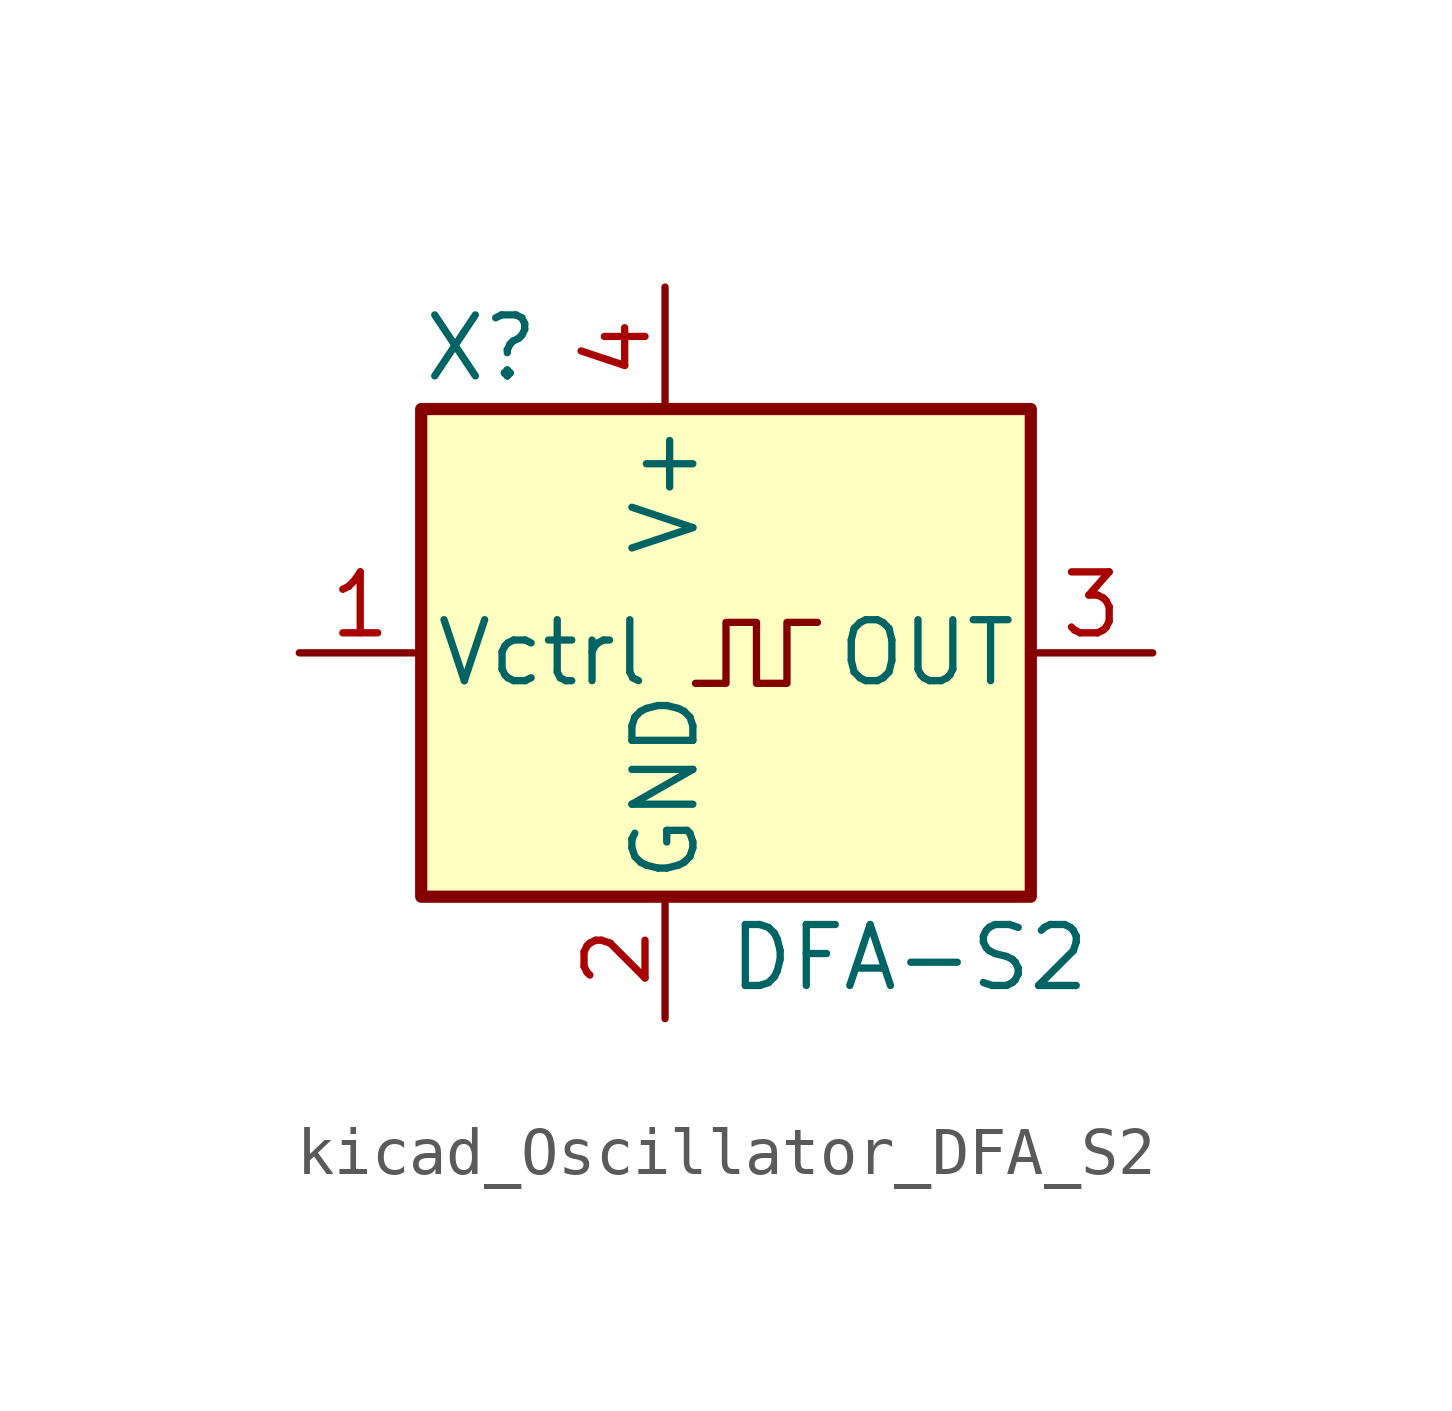
<source format=kicad_sym>
(kicad_symbol_lib
  (version 20220914)
  (generator kicad_symbol_editor)
  (symbol "kicad_Oscillator_DFA_S2"
    (pin_names
      (offset 0.254))
    (property "Reference" "X"
      (at -5.08 6.35 0)
      (effects (font (size 1.27 1.27)) (justify left)))
    (property "Value" "DFA-S2"
      (at 1.27 -6.35 0)
      (effects (font (size 1.27 1.27)) (justify left)))
    (symbol "kicad_Oscillator_DFA_S2_0_1"
      (rectangle (start -5.08 5.08) (end 7.62 -5.08) (stroke (width 0.254) (type default)) (fill (type background)))
      (polyline (pts (xy 0.635 -0.635) (xy 1.27 -0.635) (xy 1.27 0.635) (xy 1.905 0.635) (xy 1.905 -0.635) (xy 2.54 -0.635) (xy 2.54 0.635) (xy 3.175 0.635)) (stroke (width 0) (type default)) (fill (type none))))
    (symbol "kicad_Oscillator_DFA_S2_1_1"
      (pin input line (at -7.62 0 0) (length 2.54) (name "Vctrl" (effects (font (size 1.27 1.27)))) (number "1" (effects (font (size 1.27 1.27)))))
      (pin power_in line (at 0 -7.62 90) (length 2.54) (name "GND" (effects (font (size 1.27 1.27)))) (number "2" (effects (font (size 1.27 1.27)))))
      (pin output line (at 10.16 0 180) (length 2.54) (name "OUT" (effects (font (size 1.27 1.27)))) (number "3" (effects (font (size 1.27 1.27)))))
      (pin power_in line (at 0 7.62 270) (length 2.54) (name "V+" (effects (font (size 1.27 1.27)))) (number "4" (effects (font (size 1.27 1.27))))))))
</source>
